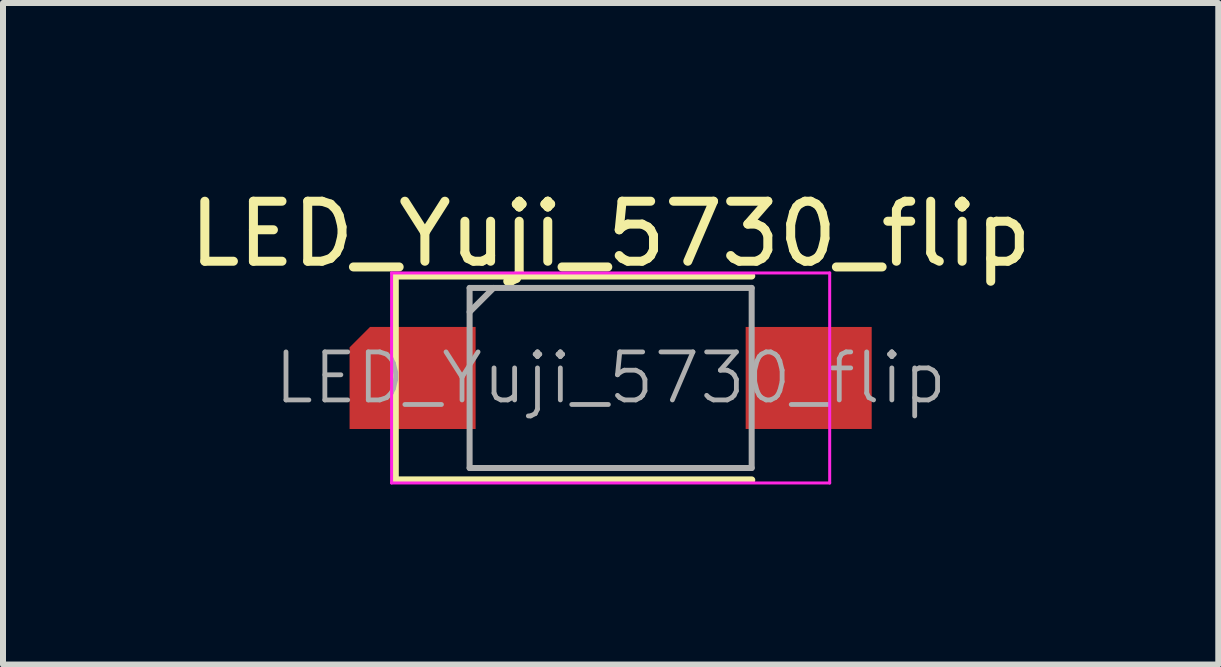
<source format=kicad_pcb>
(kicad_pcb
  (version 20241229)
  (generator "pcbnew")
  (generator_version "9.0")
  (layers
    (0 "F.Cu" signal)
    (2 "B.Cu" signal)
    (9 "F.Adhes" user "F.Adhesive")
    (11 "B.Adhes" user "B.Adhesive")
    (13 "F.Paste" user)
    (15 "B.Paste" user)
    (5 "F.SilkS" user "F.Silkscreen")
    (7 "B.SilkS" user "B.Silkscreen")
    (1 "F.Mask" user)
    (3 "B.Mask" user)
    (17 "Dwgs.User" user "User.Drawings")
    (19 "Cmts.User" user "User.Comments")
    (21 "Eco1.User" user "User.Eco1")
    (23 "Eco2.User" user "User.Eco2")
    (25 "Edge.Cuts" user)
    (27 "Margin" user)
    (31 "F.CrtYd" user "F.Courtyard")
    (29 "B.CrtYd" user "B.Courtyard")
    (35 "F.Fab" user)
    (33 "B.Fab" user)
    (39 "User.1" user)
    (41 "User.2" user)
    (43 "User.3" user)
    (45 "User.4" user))
  (footprint "LED_Yuji_5730_flip"
    (layer "F.Cu")
    (at 7.125 3.248)
    (property "Reference" "LED_Yuji_5730_flip" (at 0 -2.4 180) (layer "F.SilkS") (effects (font (size 1 1) (thickness 0.15))))
    (attr smd)
    (fp_line (start -3.59 -1.7) (end 2.35 -1.7) (stroke (width 0.12) (type solid)) (layer "F.SilkS"))
    (fp_line (start -3.59 1.7) (end -3.59 -1.7) (stroke (width 0.12) (type solid)) (layer "F.SilkS"))
    (fp_line (start 2.35 1.7) (end -3.59 1.7) (stroke (width 0.12) (type solid)) (layer "F.SilkS"))
    (fp_line (start -3.65 -1.75) (end 3.65 -1.75) (stroke (width 0.05) (type solid)) (layer "F.CrtYd"))
    (fp_line (start -3.65 1.75) (end -3.65 -1.75) (stroke (width 0.05) (type solid)) (layer "F.CrtYd"))
    (fp_line (start 3.65 -1.75) (end 3.65 1.75) (stroke (width 0.05) (type solid)) (layer "F.CrtYd"))
    (fp_line (start 3.65 1.75) (end -3.65 1.75) (stroke (width 0.05) (type solid)) (layer "F.CrtYd"))
    (fp_line (start -2.35 -1.5) (end 2.35 -1.5) (stroke (width 0.1) (type solid)) (layer "F.Fab"))
    (fp_line (start -2.35 -1.1) (end -1.95 -1.5) (stroke (width 0.1) (type solid)) (layer "F.Fab"))
    (fp_line (start -2.35 1.5) (end -2.35 -1.5) (stroke (width 0.1) (type solid)) (layer "F.Fab"))
    (fp_line (start 2.35 -1.5) (end 2.35 1.5) (stroke (width 0.1) (type solid)) (layer "F.Fab"))
    (fp_line (start 2.35 1.5) (end -2.35 1.5) (stroke (width 0.1) (type solid)) (layer "F.Fab"))
    (fp_text user "${REFERENCE}" (at 0 0 180) (layer "F.Fab") (effects (font (size 0.8 0.8) (thickness 0.08))))
    (pad "1" smd roundrect (at -3.3 0) (size 2.1 1.7) (layers "F.Cu" "F.Mask" "F.Paste") (roundrect_rratio 0) (chamfer_ratio 0.2) (chamfer top_left))
    (pad "2" smd rect (at 3.3 0) (size 2.1 1.7) (layers "F.Cu" "F.Mask" "F.Paste")))
  (gr_rect
    (start -3 -3)
    (end 17.25 8.023)
    (stroke (width 0.1) (type default))
    (fill no)
    (layer "Edge.Cuts")))
</source>
